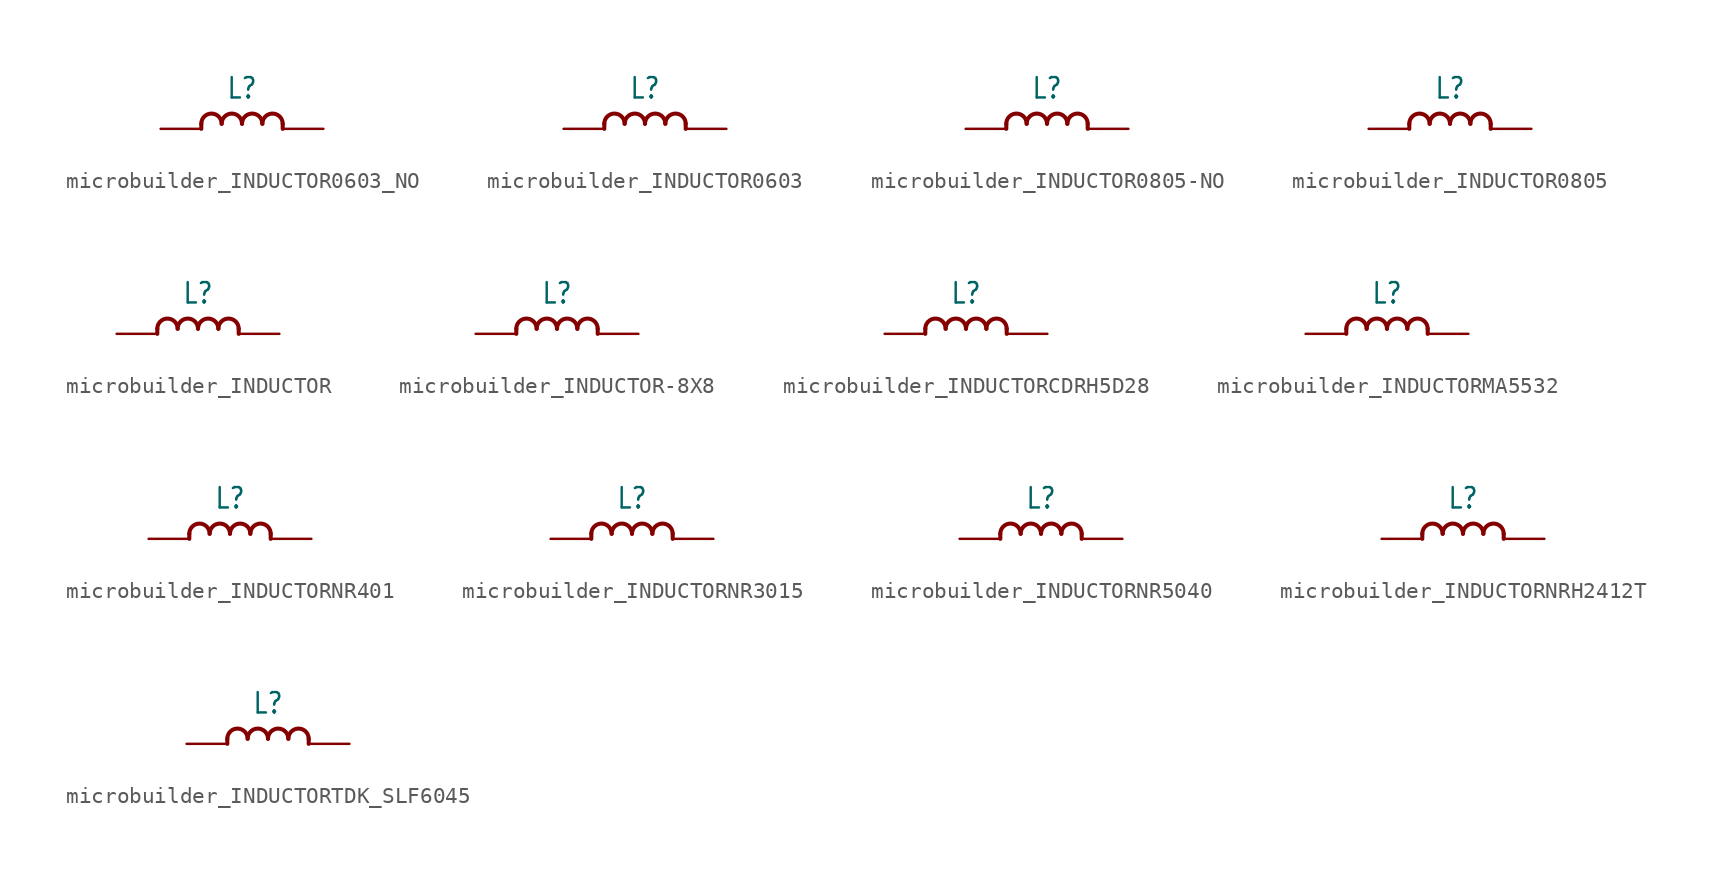
<source format=kicad_sym>
(kicad_symbol_lib
  (version 20231120)
  (generator "kicad_symbol_editor")
  (generator_version "8.0")
  (symbol "microbuilder_INDUCTOR0603_NO"
    (property "Reference" "L"
      (at 0 2.54 0)
      (effects (font (size 1.27 1.079))))
    (property "Value" ""
      (at 0 -1.54 0)
      (effects (font (size 1.27 1.079))))
    (property "ki_locked" ""
      (at 0 0 0)
      (effects (font (size 1.27 1.27))))
    (symbol "microbuilder_INDUCTOR0603_NO_1_0"
      (arc (start -1.27 0.3173) (mid -1.9049 0.9524) (end -2.54 0.3175) (stroke (width 0.254) (type solid)) (fill (type none)))
      (polyline (pts (xy -2.54 0.318) (xy -2.54 0)) (stroke (width 0.254) (type solid)) (fill (type none)))
      (polyline (pts (xy 2.54 0.318) (xy 2.54 0)) (stroke (width 0.254) (type solid)) (fill (type none)))
      (arc (start 0 0.3173) (mid -0.6349 0.9524) (end -1.27 0.3175) (stroke (width 0.254) (type solid)) (fill (type none)))
      (arc (start 1.27 0.3173) (mid 0.6351 0.9524) (end 0 0.3175) (stroke (width 0.254) (type solid)) (fill (type none)))
      (arc (start 2.54 0.3173) (mid 1.9051 0.9524) (end 1.27 0.3175) (stroke (width 0.254) (type solid)) (fill (type none)))
      (pin passive line (at -5.08 0 0) (length 2.54) (name "1" (effects (font (size 0 0)))) (number "1" (effects (font (size 0 0)))))
      (pin passive line (at 5.08 0 180) (length 2.54) (name "2" (effects (font (size 0 0)))) (number "2" (effects (font (size 0 0)))))))
  (symbol "microbuilder_INDUCTOR0603"
    (property "Reference" "L"
      (at 0 2.54 0)
      (effects (font (size 1.27 1.079))))
    (property "Value" ""
      (at 0 -1.54 0)
      (effects (font (size 1.27 1.079))))
    (property "ki_locked" ""
      (at 0 0 0)
      (effects (font (size 1.27 1.27))))
    (symbol "microbuilder_INDUCTOR0603_1_0"
      (arc (start -1.27 0.3173) (mid -1.9049 0.9524) (end -2.54 0.3175) (stroke (width 0.254) (type solid)) (fill (type none)))
      (polyline (pts (xy -2.54 0.318) (xy -2.54 0)) (stroke (width 0.254) (type solid)) (fill (type none)))
      (polyline (pts (xy 2.54 0.318) (xy 2.54 0)) (stroke (width 0.254) (type solid)) (fill (type none)))
      (arc (start 0 0.3173) (mid -0.6349 0.9524) (end -1.27 0.3175) (stroke (width 0.254) (type solid)) (fill (type none)))
      (arc (start 1.27 0.3173) (mid 0.6351 0.9524) (end 0 0.3175) (stroke (width 0.254) (type solid)) (fill (type none)))
      (arc (start 2.54 0.3173) (mid 1.9051 0.9524) (end 1.27 0.3175) (stroke (width 0.254) (type solid)) (fill (type none)))
      (pin passive line (at -5.08 0 0) (length 2.54) (name "1" (effects (font (size 0 0)))) (number "1" (effects (font (size 0 0)))))
      (pin passive line (at 5.08 0 180) (length 2.54) (name "2" (effects (font (size 0 0)))) (number "2" (effects (font (size 0 0)))))))
  (symbol "microbuilder_INDUCTOR0805-NO"
    (property "Reference" "L"
      (at 0 2.54 0)
      (effects (font (size 1.27 1.079))))
    (property "Value" ""
      (at 0 -1.54 0)
      (effects (font (size 1.27 1.079))))
    (property "ki_locked" ""
      (at 0 0 0)
      (effects (font (size 1.27 1.27))))
    (symbol "microbuilder_INDUCTOR0805-NO_1_0"
      (arc (start -1.27 0.3173) (mid -1.9049 0.9524) (end -2.54 0.3175) (stroke (width 0.254) (type solid)) (fill (type none)))
      (polyline (pts (xy -2.54 0.318) (xy -2.54 0)) (stroke (width 0.254) (type solid)) (fill (type none)))
      (polyline (pts (xy 2.54 0.318) (xy 2.54 0)) (stroke (width 0.254) (type solid)) (fill (type none)))
      (arc (start 0 0.3173) (mid -0.6349 0.9524) (end -1.27 0.3175) (stroke (width 0.254) (type solid)) (fill (type none)))
      (arc (start 1.27 0.3173) (mid 0.6351 0.9524) (end 0 0.3175) (stroke (width 0.254) (type solid)) (fill (type none)))
      (arc (start 2.54 0.3173) (mid 1.9051 0.9524) (end 1.27 0.3175) (stroke (width 0.254) (type solid)) (fill (type none)))
      (pin passive line (at -5.08 0 0) (length 2.54) (name "1" (effects (font (size 0 0)))) (number "1" (effects (font (size 0 0)))))
      (pin passive line (at 5.08 0 180) (length 2.54) (name "2" (effects (font (size 0 0)))) (number "2" (effects (font (size 0 0)))))))
  (symbol "microbuilder_INDUCTOR0805"
    (property "Reference" "L"
      (at 0 2.54 0)
      (effects (font (size 1.27 1.079))))
    (property "Value" ""
      (at 0 -1.54 0)
      (effects (font (size 1.27 1.079))))
    (property "ki_locked" ""
      (at 0 0 0)
      (effects (font (size 1.27 1.27))))
    (symbol "microbuilder_INDUCTOR0805_1_0"
      (arc (start -1.27 0.3173) (mid -1.9049 0.9524) (end -2.54 0.3175) (stroke (width 0.254) (type solid)) (fill (type none)))
      (polyline (pts (xy -2.54 0.318) (xy -2.54 0)) (stroke (width 0.254) (type solid)) (fill (type none)))
      (polyline (pts (xy 2.54 0.318) (xy 2.54 0)) (stroke (width 0.254) (type solid)) (fill (type none)))
      (arc (start 0 0.3173) (mid -0.6349 0.9524) (end -1.27 0.3175) (stroke (width 0.254) (type solid)) (fill (type none)))
      (arc (start 1.27 0.3173) (mid 0.6351 0.9524) (end 0 0.3175) (stroke (width 0.254) (type solid)) (fill (type none)))
      (arc (start 2.54 0.3173) (mid 1.9051 0.9524) (end 1.27 0.3175) (stroke (width 0.254) (type solid)) (fill (type none)))
      (pin passive line (at -5.08 0 0) (length 2.54) (name "1" (effects (font (size 0 0)))) (number "1" (effects (font (size 0 0)))))
      (pin passive line (at 5.08 0 180) (length 2.54) (name "2" (effects (font (size 0 0)))) (number "2" (effects (font (size 0 0)))))))
  (symbol "microbuilder_INDUCTOR"
    (property "Reference" "L"
      (at 0 2.54 0)
      (effects (font (size 1.27 1.079))))
    (property "Value" ""
      (at 0 -1.54 0)
      (effects (font (size 1.27 1.079))))
    (property "ki_locked" ""
      (at 0 0 0)
      (effects (font (size 1.27 1.27))))
    (symbol "microbuilder_INDUCTOR_1_0"
      (arc (start -1.27 0.3173) (mid -1.9049 0.9524) (end -2.54 0.3175) (stroke (width 0.254) (type solid)) (fill (type none)))
      (polyline (pts (xy -2.54 0.318) (xy -2.54 0)) (stroke (width 0.254) (type solid)) (fill (type none)))
      (polyline (pts (xy 2.54 0.318) (xy 2.54 0)) (stroke (width 0.254) (type solid)) (fill (type none)))
      (arc (start 0 0.3173) (mid -0.6349 0.9524) (end -1.27 0.3175) (stroke (width 0.254) (type solid)) (fill (type none)))
      (arc (start 1.27 0.3173) (mid 0.6351 0.9524) (end 0 0.3175) (stroke (width 0.254) (type solid)) (fill (type none)))
      (arc (start 2.54 0.3173) (mid 1.9051 0.9524) (end 1.27 0.3175) (stroke (width 0.254) (type solid)) (fill (type none)))
      (pin passive line (at -5.08 0 0) (length 2.54) (name "1" (effects (font (size 0 0)))) (number "P$1" (effects (font (size 0 0)))))
      (pin passive line (at 5.08 0 180) (length 2.54) (name "2" (effects (font (size 0 0)))) (number "P$2" (effects (font (size 0 0)))))))
  (symbol "microbuilder_INDUCTOR-8X8"
    (property "Reference" "L"
      (at 0 2.54 0)
      (effects (font (size 1.27 1.079))))
    (property "Value" ""
      (at 0 -1.54 0)
      (effects (font (size 1.27 1.079))))
    (property "ki_locked" ""
      (at 0 0 0)
      (effects (font (size 1.27 1.27))))
    (symbol "microbuilder_INDUCTOR-8X8_1_0"
      (arc (start -1.27 0.3173) (mid -1.9049 0.9524) (end -2.54 0.3175) (stroke (width 0.254) (type solid)) (fill (type none)))
      (polyline (pts (xy -2.54 0.318) (xy -2.54 0)) (stroke (width 0.254) (type solid)) (fill (type none)))
      (polyline (pts (xy 2.54 0.318) (xy 2.54 0)) (stroke (width 0.254) (type solid)) (fill (type none)))
      (arc (start 0 0.3173) (mid -0.6349 0.9524) (end -1.27 0.3175) (stroke (width 0.254) (type solid)) (fill (type none)))
      (arc (start 1.27 0.3173) (mid 0.6351 0.9524) (end 0 0.3175) (stroke (width 0.254) (type solid)) (fill (type none)))
      (arc (start 2.54 0.3173) (mid 1.9051 0.9524) (end 1.27 0.3175) (stroke (width 0.254) (type solid)) (fill (type none)))
      (pin passive line (at -5.08 0 0) (length 2.54) (name "1" (effects (font (size 0 0)))) (number "P$1" (effects (font (size 0 0)))))
      (pin passive line (at 5.08 0 180) (length 2.54) (name "2" (effects (font (size 0 0)))) (number "P$2" (effects (font (size 0 0)))))))
  (symbol "microbuilder_INDUCTORCDRH5D28"
    (property "Reference" "L"
      (at 0 2.54 0)
      (effects (font (size 1.27 1.079))))
    (property "Value" ""
      (at 0 -1.54 0)
      (effects (font (size 1.27 1.079))))
    (property "ki_locked" ""
      (at 0 0 0)
      (effects (font (size 1.27 1.27))))
    (symbol "microbuilder_INDUCTORCDRH5D28_1_0"
      (arc (start -1.27 0.3173) (mid -1.9049 0.9524) (end -2.54 0.3175) (stroke (width 0.254) (type solid)) (fill (type none)))
      (polyline (pts (xy -2.54 0.318) (xy -2.54 0)) (stroke (width 0.254) (type solid)) (fill (type none)))
      (polyline (pts (xy 2.54 0.318) (xy 2.54 0)) (stroke (width 0.254) (type solid)) (fill (type none)))
      (arc (start 0 0.3173) (mid -0.6349 0.9524) (end -1.27 0.3175) (stroke (width 0.254) (type solid)) (fill (type none)))
      (arc (start 1.27 0.3173) (mid 0.6351 0.9524) (end 0 0.3175) (stroke (width 0.254) (type solid)) (fill (type none)))
      (arc (start 2.54 0.3173) (mid 1.9051 0.9524) (end 1.27 0.3175) (stroke (width 0.254) (type solid)) (fill (type none)))
      (pin passive line (at -5.08 0 0) (length 2.54) (name "1" (effects (font (size 0 0)))) (number "P$1" (effects (font (size 0 0)))))
      (pin passive line (at 5.08 0 180) (length 2.54) (name "2" (effects (font (size 0 0)))) (number "P$2" (effects (font (size 0 0)))))))
  (symbol "microbuilder_INDUCTORMA5532"
    (property "Reference" "L"
      (at 0 2.54 0)
      (effects (font (size 1.27 1.079))))
    (property "Value" ""
      (at 0 -1.54 0)
      (effects (font (size 1.27 1.079))))
    (property "ki_locked" ""
      (at 0 0 0)
      (effects (font (size 1.27 1.27))))
    (symbol "microbuilder_INDUCTORMA5532_1_0"
      (arc (start -1.27 0.3173) (mid -1.9049 0.9524) (end -2.54 0.3175) (stroke (width 0.254) (type solid)) (fill (type none)))
      (polyline (pts (xy -2.54 0.318) (xy -2.54 0)) (stroke (width 0.254) (type solid)) (fill (type none)))
      (polyline (pts (xy 2.54 0.318) (xy 2.54 0)) (stroke (width 0.254) (type solid)) (fill (type none)))
      (arc (start 0 0.3173) (mid -0.6349 0.9524) (end -1.27 0.3175) (stroke (width 0.254) (type solid)) (fill (type none)))
      (arc (start 1.27 0.3173) (mid 0.6351 0.9524) (end 0 0.3175) (stroke (width 0.254) (type solid)) (fill (type none)))
      (arc (start 2.54 0.3173) (mid 1.9051 0.9524) (end 1.27 0.3175) (stroke (width 0.254) (type solid)) (fill (type none)))
      (pin passive line (at -5.08 0 0) (length 2.54) (name "1" (effects (font (size 0 0)))) (number "1" (effects (font (size 0 0)))))
      (pin passive line (at 5.08 0 180) (length 2.54) (name "2" (effects (font (size 0 0)))) (number "2" (effects (font (size 0 0)))))))
  (symbol "microbuilder_INDUCTORNR401"
    (property "Reference" "L"
      (at 0 2.54 0)
      (effects (font (size 1.27 1.079))))
    (property "Value" ""
      (at 0 -1.54 0)
      (effects (font (size 1.27 1.079))))
    (property "ki_locked" ""
      (at 0 0 0)
      (effects (font (size 1.27 1.27))))
    (symbol "microbuilder_INDUCTORNR401_1_0"
      (arc (start -1.27 0.3173) (mid -1.9049 0.9524) (end -2.54 0.3175) (stroke (width 0.254) (type solid)) (fill (type none)))
      (polyline (pts (xy -2.54 0.318) (xy -2.54 0)) (stroke (width 0.254) (type solid)) (fill (type none)))
      (polyline (pts (xy 2.54 0.318) (xy 2.54 0)) (stroke (width 0.254) (type solid)) (fill (type none)))
      (arc (start 0 0.3173) (mid -0.6349 0.9524) (end -1.27 0.3175) (stroke (width 0.254) (type solid)) (fill (type none)))
      (arc (start 1.27 0.3173) (mid 0.6351 0.9524) (end 0 0.3175) (stroke (width 0.254) (type solid)) (fill (type none)))
      (arc (start 2.54 0.3173) (mid 1.9051 0.9524) (end 1.27 0.3175) (stroke (width 0.254) (type solid)) (fill (type none)))
      (pin passive line (at -5.08 0 0) (length 2.54) (name "1" (effects (font (size 0 0)))) (number "P$1" (effects (font (size 0 0)))))
      (pin passive line (at 5.08 0 180) (length 2.54) (name "2" (effects (font (size 0 0)))) (number "P$2" (effects (font (size 0 0)))))))
  (symbol "microbuilder_INDUCTORNR3015"
    (property "Reference" "L"
      (at 0 2.54 0)
      (effects (font (size 1.27 1.079))))
    (property "Value" ""
      (at 0 -1.54 0)
      (effects (font (size 1.27 1.079))))
    (property "ki_locked" ""
      (at 0 0 0)
      (effects (font (size 1.27 1.27))))
    (symbol "microbuilder_INDUCTORNR3015_1_0"
      (arc (start -1.27 0.3173) (mid -1.9049 0.9524) (end -2.54 0.3175) (stroke (width 0.254) (type solid)) (fill (type none)))
      (polyline (pts (xy -2.54 0.318) (xy -2.54 0)) (stroke (width 0.254) (type solid)) (fill (type none)))
      (polyline (pts (xy 2.54 0.318) (xy 2.54 0)) (stroke (width 0.254) (type solid)) (fill (type none)))
      (arc (start 0 0.3173) (mid -0.6349 0.9524) (end -1.27 0.3175) (stroke (width 0.254) (type solid)) (fill (type none)))
      (arc (start 1.27 0.3173) (mid 0.6351 0.9524) (end 0 0.3175) (stroke (width 0.254) (type solid)) (fill (type none)))
      (arc (start 2.54 0.3173) (mid 1.9051 0.9524) (end 1.27 0.3175) (stroke (width 0.254) (type solid)) (fill (type none)))
      (pin passive line (at -5.08 0 0) (length 2.54) (name "1" (effects (font (size 0 0)))) (number "P$1" (effects (font (size 0 0)))))
      (pin passive line (at 5.08 0 180) (length 2.54) (name "2" (effects (font (size 0 0)))) (number "P$2" (effects (font (size 0 0)))))))
  (symbol "microbuilder_INDUCTORNR5040"
    (property "Reference" "L"
      (at 0 2.54 0)
      (effects (font (size 1.27 1.079))))
    (property "Value" ""
      (at 0 -1.54 0)
      (effects (font (size 1.27 1.079))))
    (property "ki_locked" ""
      (at 0 0 0)
      (effects (font (size 1.27 1.27))))
    (symbol "microbuilder_INDUCTORNR5040_1_0"
      (arc (start -1.27 0.3173) (mid -1.9049 0.9524) (end -2.54 0.3175) (stroke (width 0.254) (type solid)) (fill (type none)))
      (polyline (pts (xy -2.54 0.318) (xy -2.54 0)) (stroke (width 0.254) (type solid)) (fill (type none)))
      (polyline (pts (xy 2.54 0.318) (xy 2.54 0)) (stroke (width 0.254) (type solid)) (fill (type none)))
      (arc (start 0 0.3173) (mid -0.6349 0.9524) (end -1.27 0.3175) (stroke (width 0.254) (type solid)) (fill (type none)))
      (arc (start 1.27 0.3173) (mid 0.6351 0.9524) (end 0 0.3175) (stroke (width 0.254) (type solid)) (fill (type none)))
      (arc (start 2.54 0.3173) (mid 1.9051 0.9524) (end 1.27 0.3175) (stroke (width 0.254) (type solid)) (fill (type none)))
      (pin passive line (at -5.08 0 0) (length 2.54) (name "1" (effects (font (size 0 0)))) (number "P$1" (effects (font (size 0 0)))))
      (pin passive line (at 5.08 0 180) (length 2.54) (name "2" (effects (font (size 0 0)))) (number "P$2" (effects (font (size 0 0)))))))
  (symbol "microbuilder_INDUCTORNRH2412T"
    (property "Reference" "L"
      (at 0 2.54 0)
      (effects (font (size 1.27 1.079))))
    (property "Value" ""
      (at 0 -1.54 0)
      (effects (font (size 1.27 1.079))))
    (property "ki_locked" ""
      (at 0 0 0)
      (effects (font (size 1.27 1.27))))
    (symbol "microbuilder_INDUCTORNRH2412T_1_0"
      (arc (start -1.27 0.3173) (mid -1.9049 0.9524) (end -2.54 0.3175) (stroke (width 0.254) (type solid)) (fill (type none)))
      (polyline (pts (xy -2.54 0.318) (xy -2.54 0)) (stroke (width 0.254) (type solid)) (fill (type none)))
      (polyline (pts (xy 2.54 0.318) (xy 2.54 0)) (stroke (width 0.254) (type solid)) (fill (type none)))
      (arc (start 0 0.3173) (mid -0.6349 0.9524) (end -1.27 0.3175) (stroke (width 0.254) (type solid)) (fill (type none)))
      (arc (start 1.27 0.3173) (mid 0.6351 0.9524) (end 0 0.3175) (stroke (width 0.254) (type solid)) (fill (type none)))
      (arc (start 2.54 0.3173) (mid 1.9051 0.9524) (end 1.27 0.3175) (stroke (width 0.254) (type solid)) (fill (type none)))
      (pin passive line (at -5.08 0 0) (length 2.54) (name "1" (effects (font (size 0 0)))) (number "1" (effects (font (size 0 0)))))
      (pin passive line (at 5.08 0 180) (length 2.54) (name "2" (effects (font (size 0 0)))) (number "2" (effects (font (size 0 0)))))))
  (symbol "microbuilder_INDUCTORTDK_SLF6045"
    (property "Reference" "L"
      (at 0 2.54 0)
      (effects (font (size 1.27 1.079))))
    (property "Value" ""
      (at 0 -1.54 0)
      (effects (font (size 1.27 1.079))))
    (property "ki_locked" ""
      (at 0 0 0)
      (effects (font (size 1.27 1.27))))
    (symbol "microbuilder_INDUCTORTDK_SLF6045_1_0"
      (arc (start -1.27 0.3173) (mid -1.9049 0.9524) (end -2.54 0.3175) (stroke (width 0.254) (type solid)) (fill (type none)))
      (polyline (pts (xy -2.54 0.318) (xy -2.54 0)) (stroke (width 0.254) (type solid)) (fill (type none)))
      (polyline (pts (xy 2.54 0.318) (xy 2.54 0)) (stroke (width 0.254) (type solid)) (fill (type none)))
      (arc (start 0 0.3173) (mid -0.6349 0.9524) (end -1.27 0.3175) (stroke (width 0.254) (type solid)) (fill (type none)))
      (arc (start 1.27 0.3173) (mid 0.6351 0.9524) (end 0 0.3175) (stroke (width 0.254) (type solid)) (fill (type none)))
      (arc (start 2.54 0.3173) (mid 1.9051 0.9524) (end 1.27 0.3175) (stroke (width 0.254) (type solid)) (fill (type none)))
      (pin passive line (at -5.08 0 0) (length 2.54) (name "1" (effects (font (size 0 0)))) (number "P$1" (effects (font (size 0 0)))))
      (pin passive line (at 5.08 0 180) (length 2.54) (name "2" (effects (font (size 0 0)))) (number "P$2" (effects (font (size 0 0))))))))
</source>
